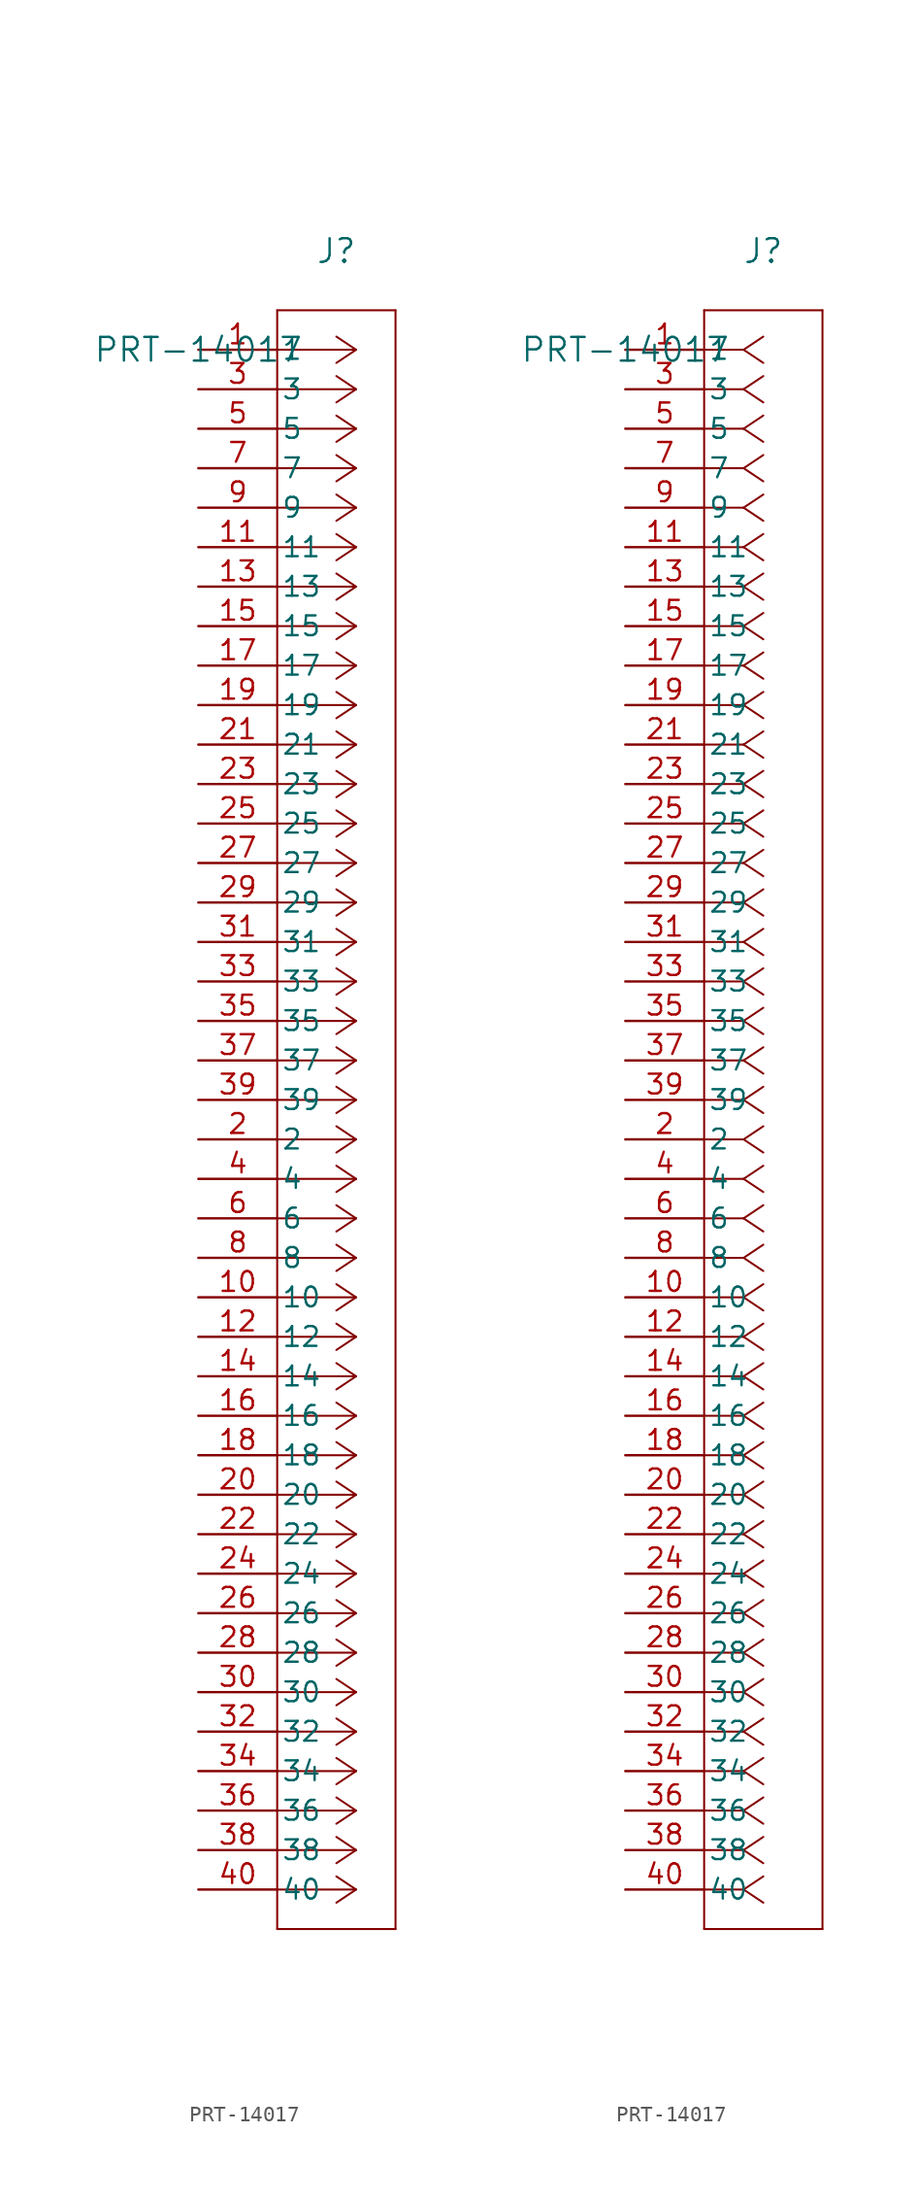
<source format=kicad_sym>
(kicad_symbol_lib
  (version 20211014)
  (generator kicad_symbol_editor)
  (symbol "PRT-14017"
    (pin_names
      (offset 0.254))
    (property "Reference" "J"
      (at 8.89 6.35 0)
      (effects (font (size 1.524 1.524))))
    (property "Value" "PRT-14017"
      (at 0 0 0)
      (effects (font (size 1.524 1.524))))
    (symbol "PRT-14017_1_1"
      (polyline (pts (xy 10.16 0) (xy 5.08 0)) (stroke (width 0.127) (type default) (color 0 0 0 0)) (fill (type none)))
      (polyline (pts (xy 10.16 -2.54) (xy 5.08 -2.54)) (stroke (width 0.127) (type default) (color 0 0 0 0)) (fill (type none)))
      (polyline (pts (xy 10.16 -5.08) (xy 5.08 -5.08)) (stroke (width 0.127) (type default) (color 0 0 0 0)) (fill (type none)))
      (polyline (pts (xy 10.16 -7.62) (xy 5.08 -7.62)) (stroke (width 0.127) (type default) (color 0 0 0 0)) (fill (type none)))
      (polyline (pts (xy 10.16 -10.16) (xy 5.08 -10.16)) (stroke (width 0.127) (type default) (color 0 0 0 0)) (fill (type none)))
      (polyline (pts (xy 10.16 -12.7) (xy 5.08 -12.7)) (stroke (width 0.127) (type default) (color 0 0 0 0)) (fill (type none)))
      (polyline (pts (xy 10.16 -15.24) (xy 5.08 -15.24)) (stroke (width 0.127) (type default) (color 0 0 0 0)) (fill (type none)))
      (polyline (pts (xy 10.16 -17.78) (xy 5.08 -17.78)) (stroke (width 0.127) (type default) (color 0 0 0 0)) (fill (type none)))
      (polyline (pts (xy 10.16 -20.32) (xy 5.08 -20.32)) (stroke (width 0.127) (type default) (color 0 0 0 0)) (fill (type none)))
      (polyline (pts (xy 10.16 -22.86) (xy 5.08 -22.86)) (stroke (width 0.127) (type default) (color 0 0 0 0)) (fill (type none)))
      (polyline (pts (xy 10.16 -25.4) (xy 5.08 -25.4)) (stroke (width 0.127) (type default) (color 0 0 0 0)) (fill (type none)))
      (polyline (pts (xy 10.16 -27.94) (xy 5.08 -27.94)) (stroke (width 0.127) (type default) (color 0 0 0 0)) (fill (type none)))
      (polyline (pts (xy 10.16 -30.48) (xy 5.08 -30.48)) (stroke (width 0.127) (type default) (color 0 0 0 0)) (fill (type none)))
      (polyline (pts (xy 10.16 -33.02) (xy 5.08 -33.02)) (stroke (width 0.127) (type default) (color 0 0 0 0)) (fill (type none)))
      (polyline (pts (xy 10.16 -35.56) (xy 5.08 -35.56)) (stroke (width 0.127) (type default) (color 0 0 0 0)) (fill (type none)))
      (polyline (pts (xy 10.16 -38.1) (xy 5.08 -38.1)) (stroke (width 0.127) (type default) (color 0 0 0 0)) (fill (type none)))
      (polyline (pts (xy 10.16 -40.64) (xy 5.08 -40.64)) (stroke (width 0.127) (type default) (color 0 0 0 0)) (fill (type none)))
      (polyline (pts (xy 10.16 -43.18) (xy 5.08 -43.18)) (stroke (width 0.127) (type default) (color 0 0 0 0)) (fill (type none)))
      (polyline (pts (xy 10.16 -45.72) (xy 5.08 -45.72)) (stroke (width 0.127) (type default) (color 0 0 0 0)) (fill (type none)))
      (polyline (pts (xy 10.16 -48.26) (xy 5.08 -48.26)) (stroke (width 0.127) (type default) (color 0 0 0 0)) (fill (type none)))
      (polyline (pts (xy 10.16 -50.8) (xy 5.08 -50.8)) (stroke (width 0.127) (type default) (color 0 0 0 0)) (fill (type none)))
      (polyline (pts (xy 10.16 -53.34) (xy 5.08 -53.34)) (stroke (width 0.127) (type default) (color 0 0 0 0)) (fill (type none)))
      (polyline (pts (xy 10.16 -55.88) (xy 5.08 -55.88)) (stroke (width 0.127) (type default) (color 0 0 0 0)) (fill (type none)))
      (polyline (pts (xy 10.16 -58.42) (xy 5.08 -58.42)) (stroke (width 0.127) (type default) (color 0 0 0 0)) (fill (type none)))
      (polyline (pts (xy 10.16 -60.96) (xy 5.08 -60.96)) (stroke (width 0.127) (type default) (color 0 0 0 0)) (fill (type none)))
      (polyline (pts (xy 10.16 -63.5) (xy 5.08 -63.5)) (stroke (width 0.127) (type default) (color 0 0 0 0)) (fill (type none)))
      (polyline (pts (xy 10.16 -66.04) (xy 5.08 -66.04)) (stroke (width 0.127) (type default) (color 0 0 0 0)) (fill (type none)))
      (polyline (pts (xy 10.16 -68.58) (xy 5.08 -68.58)) (stroke (width 0.127) (type default) (color 0 0 0 0)) (fill (type none)))
      (polyline (pts (xy 10.16 -71.12) (xy 5.08 -71.12)) (stroke (width 0.127) (type default) (color 0 0 0 0)) (fill (type none)))
      (polyline (pts (xy 10.16 -73.66) (xy 5.08 -73.66)) (stroke (width 0.127) (type default) (color 0 0 0 0)) (fill (type none)))
      (polyline (pts (xy 10.16 -76.2) (xy 5.08 -76.2)) (stroke (width 0.127) (type default) (color 0 0 0 0)) (fill (type none)))
      (polyline (pts (xy 10.16 -78.74) (xy 5.08 -78.74)) (stroke (width 0.127) (type default) (color 0 0 0 0)) (fill (type none)))
      (polyline (pts (xy 10.16 -81.28) (xy 5.08 -81.28)) (stroke (width 0.127) (type default) (color 0 0 0 0)) (fill (type none)))
      (polyline (pts (xy 10.16 -83.82) (xy 5.08 -83.82)) (stroke (width 0.127) (type default) (color 0 0 0 0)) (fill (type none)))
      (polyline (pts (xy 10.16 -86.36) (xy 5.08 -86.36)) (stroke (width 0.127) (type default) (color 0 0 0 0)) (fill (type none)))
      (polyline (pts (xy 10.16 -88.9) (xy 5.08 -88.9)) (stroke (width 0.127) (type default) (color 0 0 0 0)) (fill (type none)))
      (polyline (pts (xy 10.16 -91.44) (xy 5.08 -91.44)) (stroke (width 0.127) (type default) (color 0 0 0 0)) (fill (type none)))
      (polyline (pts (xy 10.16 -93.98) (xy 5.08 -93.98)) (stroke (width 0.127) (type default) (color 0 0 0 0)) (fill (type none)))
      (polyline (pts (xy 10.16 -96.52) (xy 5.08 -96.52)) (stroke (width 0.127) (type default) (color 0 0 0 0)) (fill (type none)))
      (polyline (pts (xy 10.16 -99.06) (xy 5.08 -99.06)) (stroke (width 0.127) (type default) (color 0 0 0 0)) (fill (type none)))
      (polyline (pts (xy 10.16 0) (xy 8.89 0.847)) (stroke (width 0.127) (type default) (color 0 0 0 0)) (fill (type none)))
      (polyline (pts (xy 10.16 -2.54) (xy 8.89 -1.693)) (stroke (width 0.127) (type default) (color 0 0 0 0)) (fill (type none)))
      (polyline (pts (xy 10.16 -5.08) (xy 8.89 -4.233)) (stroke (width 0.127) (type default) (color 0 0 0 0)) (fill (type none)))
      (polyline (pts (xy 10.16 -7.62) (xy 8.89 -6.773)) (stroke (width 0.127) (type default) (color 0 0 0 0)) (fill (type none)))
      (polyline (pts (xy 10.16 -10.16) (xy 8.89 -9.313)) (stroke (width 0.127) (type default) (color 0 0 0 0)) (fill (type none)))
      (polyline (pts (xy 10.16 -12.7) (xy 8.89 -11.853)) (stroke (width 0.127) (type default) (color 0 0 0 0)) (fill (type none)))
      (polyline (pts (xy 10.16 -15.24) (xy 8.89 -14.393)) (stroke (width 0.127) (type default) (color 0 0 0 0)) (fill (type none)))
      (polyline (pts (xy 10.16 -17.78) (xy 8.89 -16.933)) (stroke (width 0.127) (type default) (color 0 0 0 0)) (fill (type none)))
      (polyline (pts (xy 10.16 -20.32) (xy 8.89 -19.473)) (stroke (width 0.127) (type default) (color 0 0 0 0)) (fill (type none)))
      (polyline (pts (xy 10.16 -22.86) (xy 8.89 -22.013)) (stroke (width 0.127) (type default) (color 0 0 0 0)) (fill (type none)))
      (polyline (pts (xy 10.16 -25.4) (xy 8.89 -24.553)) (stroke (width 0.127) (type default) (color 0 0 0 0)) (fill (type none)))
      (polyline (pts (xy 10.16 -27.94) (xy 8.89 -27.093)) (stroke (width 0.127) (type default) (color 0 0 0 0)) (fill (type none)))
      (polyline (pts (xy 10.16 -30.48) (xy 8.89 -29.633)) (stroke (width 0.127) (type default) (color 0 0 0 0)) (fill (type none)))
      (polyline (pts (xy 10.16 -33.02) (xy 8.89 -32.173)) (stroke (width 0.127) (type default) (color 0 0 0 0)) (fill (type none)))
      (polyline (pts (xy 10.16 -35.56) (xy 8.89 -34.713)) (stroke (width 0.127) (type default) (color 0 0 0 0)) (fill (type none)))
      (polyline (pts (xy 10.16 -38.1) (xy 8.89 -37.253)) (stroke (width 0.127) (type default) (color 0 0 0 0)) (fill (type none)))
      (polyline (pts (xy 10.16 -40.64) (xy 8.89 -39.793)) (stroke (width 0.127) (type default) (color 0 0 0 0)) (fill (type none)))
      (polyline (pts (xy 10.16 -43.18) (xy 8.89 -42.333)) (stroke (width 0.127) (type default) (color 0 0 0 0)) (fill (type none)))
      (polyline (pts (xy 10.16 -45.72) (xy 8.89 -44.873)) (stroke (width 0.127) (type default) (color 0 0 0 0)) (fill (type none)))
      (polyline (pts (xy 10.16 -48.26) (xy 8.89 -47.413)) (stroke (width 0.127) (type default) (color 0 0 0 0)) (fill (type none)))
      (polyline (pts (xy 10.16 -50.8) (xy 8.89 -49.953)) (stroke (width 0.127) (type default) (color 0 0 0 0)) (fill (type none)))
      (polyline (pts (xy 10.16 -53.34) (xy 8.89 -52.493)) (stroke (width 0.127) (type default) (color 0 0 0 0)) (fill (type none)))
      (polyline (pts (xy 10.16 -55.88) (xy 8.89 -55.033)) (stroke (width 0.127) (type default) (color 0 0 0 0)) (fill (type none)))
      (polyline (pts (xy 10.16 -58.42) (xy 8.89 -57.573)) (stroke (width 0.127) (type default) (color 0 0 0 0)) (fill (type none)))
      (polyline (pts (xy 10.16 -60.96) (xy 8.89 -60.113)) (stroke (width 0.127) (type default) (color 0 0 0 0)) (fill (type none)))
      (polyline (pts (xy 10.16 -63.5) (xy 8.89 -62.653)) (stroke (width 0.127) (type default) (color 0 0 0 0)) (fill (type none)))
      (polyline (pts (xy 10.16 -66.04) (xy 8.89 -65.193)) (stroke (width 0.127) (type default) (color 0 0 0 0)) (fill (type none)))
      (polyline (pts (xy 10.16 -68.58) (xy 8.89 -67.733)) (stroke (width 0.127) (type default) (color 0 0 0 0)) (fill (type none)))
      (polyline (pts (xy 10.16 -71.12) (xy 8.89 -70.273)) (stroke (width 0.127) (type default) (color 0 0 0 0)) (fill (type none)))
      (polyline (pts (xy 10.16 -73.66) (xy 8.89 -72.813)) (stroke (width 0.127) (type default) (color 0 0 0 0)) (fill (type none)))
      (polyline (pts (xy 10.16 -76.2) (xy 8.89 -75.353)) (stroke (width 0.127) (type default) (color 0 0 0 0)) (fill (type none)))
      (polyline (pts (xy 10.16 -78.74) (xy 8.89 -77.893)) (stroke (width 0.127) (type default) (color 0 0 0 0)) (fill (type none)))
      (polyline (pts (xy 10.16 -81.28) (xy 8.89 -80.433)) (stroke (width 0.127) (type default) (color 0 0 0 0)) (fill (type none)))
      (polyline (pts (xy 10.16 -83.82) (xy 8.89 -82.973)) (stroke (width 0.127) (type default) (color 0 0 0 0)) (fill (type none)))
      (polyline (pts (xy 10.16 -86.36) (xy 8.89 -85.513)) (stroke (width 0.127) (type default) (color 0 0 0 0)) (fill (type none)))
      (polyline (pts (xy 10.16 -88.9) (xy 8.89 -88.053)) (stroke (width 0.127) (type default) (color 0 0 0 0)) (fill (type none)))
      (polyline (pts (xy 10.16 -91.44) (xy 8.89 -90.593)) (stroke (width 0.127) (type default) (color 0 0 0 0)) (fill (type none)))
      (polyline (pts (xy 10.16 -93.98) (xy 8.89 -93.133)) (stroke (width 0.127) (type default) (color 0 0 0 0)) (fill (type none)))
      (polyline (pts (xy 10.16 -96.52) (xy 8.89 -95.673)) (stroke (width 0.127) (type default) (color 0 0 0 0)) (fill (type none)))
      (polyline (pts (xy 10.16 -99.06) (xy 8.89 -98.213)) (stroke (width 0.127) (type default) (color 0 0 0 0)) (fill (type none)))
      (polyline (pts (xy 10.16 0) (xy 8.89 -0.847)) (stroke (width 0.127) (type default) (color 0 0 0 0)) (fill (type none)))
      (polyline (pts (xy 10.16 -2.54) (xy 8.89 -3.387)) (stroke (width 0.127) (type default) (color 0 0 0 0)) (fill (type none)))
      (polyline (pts (xy 10.16 -5.08) (xy 8.89 -5.927)) (stroke (width 0.127) (type default) (color 0 0 0 0)) (fill (type none)))
      (polyline (pts (xy 10.16 -7.62) (xy 8.89 -8.467)) (stroke (width 0.127) (type default) (color 0 0 0 0)) (fill (type none)))
      (polyline (pts (xy 10.16 -10.16) (xy 8.89 -11.007)) (stroke (width 0.127) (type default) (color 0 0 0 0)) (fill (type none)))
      (polyline (pts (xy 10.16 -12.7) (xy 8.89 -13.547)) (stroke (width 0.127) (type default) (color 0 0 0 0)) (fill (type none)))
      (polyline (pts (xy 10.16 -15.24) (xy 8.89 -16.087)) (stroke (width 0.127) (type default) (color 0 0 0 0)) (fill (type none)))
      (polyline (pts (xy 10.16 -17.78) (xy 8.89 -18.627)) (stroke (width 0.127) (type default) (color 0 0 0 0)) (fill (type none)))
      (polyline (pts (xy 10.16 -20.32) (xy 8.89 -21.167)) (stroke (width 0.127) (type default) (color 0 0 0 0)) (fill (type none)))
      (polyline (pts (xy 10.16 -22.86) (xy 8.89 -23.707)) (stroke (width 0.127) (type default) (color 0 0 0 0)) (fill (type none)))
      (polyline (pts (xy 10.16 -25.4) (xy 8.89 -26.247)) (stroke (width 0.127) (type default) (color 0 0 0 0)) (fill (type none)))
      (polyline (pts (xy 10.16 -27.94) (xy 8.89 -28.787)) (stroke (width 0.127) (type default) (color 0 0 0 0)) (fill (type none)))
      (polyline (pts (xy 10.16 -30.48) (xy 8.89 -31.327)) (stroke (width 0.127) (type default) (color 0 0 0 0)) (fill (type none)))
      (polyline (pts (xy 10.16 -33.02) (xy 8.89 -33.867)) (stroke (width 0.127) (type default) (color 0 0 0 0)) (fill (type none)))
      (polyline (pts (xy 10.16 -35.56) (xy 8.89 -36.407)) (stroke (width 0.127) (type default) (color 0 0 0 0)) (fill (type none)))
      (polyline (pts (xy 10.16 -38.1) (xy 8.89 -38.947)) (stroke (width 0.127) (type default) (color 0 0 0 0)) (fill (type none)))
      (polyline (pts (xy 10.16 -40.64) (xy 8.89 -41.487)) (stroke (width 0.127) (type default) (color 0 0 0 0)) (fill (type none)))
      (polyline (pts (xy 10.16 -43.18) (xy 8.89 -44.027)) (stroke (width 0.127) (type default) (color 0 0 0 0)) (fill (type none)))
      (polyline (pts (xy 10.16 -45.72) (xy 8.89 -46.567)) (stroke (width 0.127) (type default) (color 0 0 0 0)) (fill (type none)))
      (polyline (pts (xy 10.16 -48.26) (xy 8.89 -49.107)) (stroke (width 0.127) (type default) (color 0 0 0 0)) (fill (type none)))
      (polyline (pts (xy 10.16 -50.8) (xy 8.89 -51.647)) (stroke (width 0.127) (type default) (color 0 0 0 0)) (fill (type none)))
      (polyline (pts (xy 10.16 -53.34) (xy 8.89 -54.187)) (stroke (width 0.127) (type default) (color 0 0 0 0)) (fill (type none)))
      (polyline (pts (xy 10.16 -55.88) (xy 8.89 -56.727)) (stroke (width 0.127) (type default) (color 0 0 0 0)) (fill (type none)))
      (polyline (pts (xy 10.16 -58.42) (xy 8.89 -59.267)) (stroke (width 0.127) (type default) (color 0 0 0 0)) (fill (type none)))
      (polyline (pts (xy 10.16 -60.96) (xy 8.89 -61.807)) (stroke (width 0.127) (type default) (color 0 0 0 0)) (fill (type none)))
      (polyline (pts (xy 10.16 -63.5) (xy 8.89 -64.347)) (stroke (width 0.127) (type default) (color 0 0 0 0)) (fill (type none)))
      (polyline (pts (xy 10.16 -66.04) (xy 8.89 -66.887)) (stroke (width 0.127) (type default) (color 0 0 0 0)) (fill (type none)))
      (polyline (pts (xy 10.16 -68.58) (xy 8.89 -69.427)) (stroke (width 0.127) (type default) (color 0 0 0 0)) (fill (type none)))
      (polyline (pts (xy 10.16 -71.12) (xy 8.89 -71.967)) (stroke (width 0.127) (type default) (color 0 0 0 0)) (fill (type none)))
      (polyline (pts (xy 10.16 -73.66) (xy 8.89 -74.507)) (stroke (width 0.127) (type default) (color 0 0 0 0)) (fill (type none)))
      (polyline (pts (xy 10.16 -76.2) (xy 8.89 -77.047)) (stroke (width 0.127) (type default) (color 0 0 0 0)) (fill (type none)))
      (polyline (pts (xy 10.16 -78.74) (xy 8.89 -79.587)) (stroke (width 0.127) (type default) (color 0 0 0 0)) (fill (type none)))
      (polyline (pts (xy 10.16 -81.28) (xy 8.89 -82.127)) (stroke (width 0.127) (type default) (color 0 0 0 0)) (fill (type none)))
      (polyline (pts (xy 10.16 -83.82) (xy 8.89 -84.667)) (stroke (width 0.127) (type default) (color 0 0 0 0)) (fill (type none)))
      (polyline (pts (xy 10.16 -86.36) (xy 8.89 -87.207)) (stroke (width 0.127) (type default) (color 0 0 0 0)) (fill (type none)))
      (polyline (pts (xy 10.16 -88.9) (xy 8.89 -89.747)) (stroke (width 0.127) (type default) (color 0 0 0 0)) (fill (type none)))
      (polyline (pts (xy 10.16 -91.44) (xy 8.89 -92.287)) (stroke (width 0.127) (type default) (color 0 0 0 0)) (fill (type none)))
      (polyline (pts (xy 10.16 -93.98) (xy 8.89 -94.827)) (stroke (width 0.127) (type default) (color 0 0 0 0)) (fill (type none)))
      (polyline (pts (xy 10.16 -96.52) (xy 8.89 -97.367)) (stroke (width 0.127) (type default) (color 0 0 0 0)) (fill (type none)))
      (polyline (pts (xy 10.16 -99.06) (xy 8.89 -99.907)) (stroke (width 0.127) (type default) (color 0 0 0 0)) (fill (type none)))
      (polyline (pts (xy 5.08 2.54) (xy 5.08 -101.6)) (stroke (width 0.127) (type default) (color 0 0 0 0)) (fill (type none)))
      (polyline (pts (xy 5.08 -101.6) (xy 12.7 -101.6)) (stroke (width 0.127) (type default) (color 0 0 0 0)) (fill (type none)))
      (polyline (pts (xy 12.7 -101.6) (xy 12.7 2.54)) (stroke (width 0.127) (type default) (color 0 0 0 0)) (fill (type none)))
      (polyline (pts (xy 12.7 2.54) (xy 5.08 2.54)) (stroke (width 0.127) (type default) (color 0 0 0 0)) (fill (type none)))
      (pin unspecified line (at 0 0 0) (length 5.08) (name "1" (effects (font (size 1.27 1.27)))) (number "1" (effects (font (size 1.27 1.27)))))
      (pin unspecified line (at 0 -2.54 0) (length 5.08) (name "3" (effects (font (size 1.27 1.27)))) (number "3" (effects (font (size 1.27 1.27)))))
      (pin unspecified line (at 0 -5.08 0) (length 5.08) (name "5" (effects (font (size 1.27 1.27)))) (number "5" (effects (font (size 1.27 1.27)))))
      (pin unspecified line (at 0 -7.62 0) (length 5.08) (name "7" (effects (font (size 1.27 1.27)))) (number "7" (effects (font (size 1.27 1.27)))))
      (pin unspecified line (at 0 -10.16 0) (length 5.08) (name "9" (effects (font (size 1.27 1.27)))) (number "9" (effects (font (size 1.27 1.27)))))
      (pin unspecified line (at 0 -12.7 0) (length 5.08) (name "11" (effects (font (size 1.27 1.27)))) (number "11" (effects (font (size 1.27 1.27)))))
      (pin unspecified line (at 0 -15.24 0) (length 5.08) (name "13" (effects (font (size 1.27 1.27)))) (number "13" (effects (font (size 1.27 1.27)))))
      (pin unspecified line (at 0 -17.78 0) (length 5.08) (name "15" (effects (font (size 1.27 1.27)))) (number "15" (effects (font (size 1.27 1.27)))))
      (pin unspecified line (at 0 -20.32 0) (length 5.08) (name "17" (effects (font (size 1.27 1.27)))) (number "17" (effects (font (size 1.27 1.27)))))
      (pin unspecified line (at 0 -22.86 0) (length 5.08) (name "19" (effects (font (size 1.27 1.27)))) (number "19" (effects (font (size 1.27 1.27)))))
      (pin unspecified line (at 0 -25.4 0) (length 5.08) (name "21" (effects (font (size 1.27 1.27)))) (number "21" (effects (font (size 1.27 1.27)))))
      (pin unspecified line (at 0 -27.94 0) (length 5.08) (name "23" (effects (font (size 1.27 1.27)))) (number "23" (effects (font (size 1.27 1.27)))))
      (pin unspecified line (at 0 -30.48 0) (length 5.08) (name "25" (effects (font (size 1.27 1.27)))) (number "25" (effects (font (size 1.27 1.27)))))
      (pin unspecified line (at 0 -33.02 0) (length 5.08) (name "27" (effects (font (size 1.27 1.27)))) (number "27" (effects (font (size 1.27 1.27)))))
      (pin unspecified line (at 0 -35.56 0) (length 5.08) (name "29" (effects (font (size 1.27 1.27)))) (number "29" (effects (font (size 1.27 1.27)))))
      (pin unspecified line (at 0 -38.1 0) (length 5.08) (name "31" (effects (font (size 1.27 1.27)))) (number "31" (effects (font (size 1.27 1.27)))))
      (pin unspecified line (at 0 -40.64 0) (length 5.08) (name "33" (effects (font (size 1.27 1.27)))) (number "33" (effects (font (size 1.27 1.27)))))
      (pin unspecified line (at 0 -43.18 0) (length 5.08) (name "35" (effects (font (size 1.27 1.27)))) (number "35" (effects (font (size 1.27 1.27)))))
      (pin unspecified line (at 0 -45.72 0) (length 5.08) (name "37" (effects (font (size 1.27 1.27)))) (number "37" (effects (font (size 1.27 1.27)))))
      (pin unspecified line (at 0 -48.26 0) (length 5.08) (name "39" (effects (font (size 1.27 1.27)))) (number "39" (effects (font (size 1.27 1.27)))))
      (pin unspecified line (at 0 -50.8 0) (length 5.08) (name "2" (effects (font (size 1.27 1.27)))) (number "2" (effects (font (size 1.27 1.27)))))
      (pin unspecified line (at 0 -53.34 0) (length 5.08) (name "4" (effects (font (size 1.27 1.27)))) (number "4" (effects (font (size 1.27 1.27)))))
      (pin unspecified line (at 0 -55.88 0) (length 5.08) (name "6" (effects (font (size 1.27 1.27)))) (number "6" (effects (font (size 1.27 1.27)))))
      (pin unspecified line (at 0 -58.42 0) (length 5.08) (name "8" (effects (font (size 1.27 1.27)))) (number "8" (effects (font (size 1.27 1.27)))))
      (pin unspecified line (at 0 -60.96 0) (length 5.08) (name "10" (effects (font (size 1.27 1.27)))) (number "10" (effects (font (size 1.27 1.27)))))
      (pin unspecified line (at 0 -63.5 0) (length 5.08) (name "12" (effects (font (size 1.27 1.27)))) (number "12" (effects (font (size 1.27 1.27)))))
      (pin unspecified line (at 0 -66.04 0) (length 5.08) (name "14" (effects (font (size 1.27 1.27)))) (number "14" (effects (font (size 1.27 1.27)))))
      (pin unspecified line (at 0 -68.58 0) (length 5.08) (name "16" (effects (font (size 1.27 1.27)))) (number "16" (effects (font (size 1.27 1.27)))))
      (pin unspecified line (at 0 -71.12 0) (length 5.08) (name "18" (effects (font (size 1.27 1.27)))) (number "18" (effects (font (size 1.27 1.27)))))
      (pin unspecified line (at 0 -73.66 0) (length 5.08) (name "20" (effects (font (size 1.27 1.27)))) (number "20" (effects (font (size 1.27 1.27)))))
      (pin unspecified line (at 0 -76.2 0) (length 5.08) (name "22" (effects (font (size 1.27 1.27)))) (number "22" (effects (font (size 1.27 1.27)))))
      (pin unspecified line (at 0 -78.74 0) (length 5.08) (name "24" (effects (font (size 1.27 1.27)))) (number "24" (effects (font (size 1.27 1.27)))))
      (pin unspecified line (at 0 -81.28 0) (length 5.08) (name "26" (effects (font (size 1.27 1.27)))) (number "26" (effects (font (size 1.27 1.27)))))
      (pin unspecified line (at 0 -83.82 0) (length 5.08) (name "28" (effects (font (size 1.27 1.27)))) (number "28" (effects (font (size 1.27 1.27)))))
      (pin unspecified line (at 0 -86.36 0) (length 5.08) (name "30" (effects (font (size 1.27 1.27)))) (number "30" (effects (font (size 1.27 1.27)))))
      (pin unspecified line (at 0 -88.9 0) (length 5.08) (name "32" (effects (font (size 1.27 1.27)))) (number "32" (effects (font (size 1.27 1.27)))))
      (pin unspecified line (at 0 -91.44 0) (length 5.08) (name "34" (effects (font (size 1.27 1.27)))) (number "34" (effects (font (size 1.27 1.27)))))
      (pin unspecified line (at 0 -93.98 0) (length 5.08) (name "36" (effects (font (size 1.27 1.27)))) (number "36" (effects (font (size 1.27 1.27)))))
      (pin unspecified line (at 0 -96.52 0) (length 5.08) (name "38" (effects (font (size 1.27 1.27)))) (number "38" (effects (font (size 1.27 1.27)))))
      (pin unspecified line (at 0 -99.06 0) (length 5.08) (name "40" (effects (font (size 1.27 1.27)))) (number "40" (effects (font (size 1.27 1.27))))))
    (symbol "PRT-14017_1_2"
      (polyline (pts (xy 7.62 0) (xy 5.08 0)) (stroke (width 0.127) (type default) (color 0 0 0 0)) (fill (type none)))
      (polyline (pts (xy 7.62 -2.54) (xy 5.08 -2.54)) (stroke (width 0.127) (type default) (color 0 0 0 0)) (fill (type none)))
      (polyline (pts (xy 7.62 -5.08) (xy 5.08 -5.08)) (stroke (width 0.127) (type default) (color 0 0 0 0)) (fill (type none)))
      (polyline (pts (xy 7.62 -7.62) (xy 5.08 -7.62)) (stroke (width 0.127) (type default) (color 0 0 0 0)) (fill (type none)))
      (polyline (pts (xy 7.62 -10.16) (xy 5.08 -10.16)) (stroke (width 0.127) (type default) (color 0 0 0 0)) (fill (type none)))
      (polyline (pts (xy 7.62 -12.7) (xy 5.08 -12.7)) (stroke (width 0.127) (type default) (color 0 0 0 0)) (fill (type none)))
      (polyline (pts (xy 7.62 -15.24) (xy 5.08 -15.24)) (stroke (width 0.127) (type default) (color 0 0 0 0)) (fill (type none)))
      (polyline (pts (xy 7.62 -17.78) (xy 5.08 -17.78)) (stroke (width 0.127) (type default) (color 0 0 0 0)) (fill (type none)))
      (polyline (pts (xy 7.62 -20.32) (xy 5.08 -20.32)) (stroke (width 0.127) (type default) (color 0 0 0 0)) (fill (type none)))
      (polyline (pts (xy 7.62 -22.86) (xy 5.08 -22.86)) (stroke (width 0.127) (type default) (color 0 0 0 0)) (fill (type none)))
      (polyline (pts (xy 7.62 -25.4) (xy 5.08 -25.4)) (stroke (width 0.127) (type default) (color 0 0 0 0)) (fill (type none)))
      (polyline (pts (xy 7.62 -27.94) (xy 5.08 -27.94)) (stroke (width 0.127) (type default) (color 0 0 0 0)) (fill (type none)))
      (polyline (pts (xy 7.62 -30.48) (xy 5.08 -30.48)) (stroke (width 0.127) (type default) (color 0 0 0 0)) (fill (type none)))
      (polyline (pts (xy 7.62 -33.02) (xy 5.08 -33.02)) (stroke (width 0.127) (type default) (color 0 0 0 0)) (fill (type none)))
      (polyline (pts (xy 7.62 -35.56) (xy 5.08 -35.56)) (stroke (width 0.127) (type default) (color 0 0 0 0)) (fill (type none)))
      (polyline (pts (xy 7.62 -38.1) (xy 5.08 -38.1)) (stroke (width 0.127) (type default) (color 0 0 0 0)) (fill (type none)))
      (polyline (pts (xy 7.62 -40.64) (xy 5.08 -40.64)) (stroke (width 0.127) (type default) (color 0 0 0 0)) (fill (type none)))
      (polyline (pts (xy 7.62 -43.18) (xy 5.08 -43.18)) (stroke (width 0.127) (type default) (color 0 0 0 0)) (fill (type none)))
      (polyline (pts (xy 7.62 -45.72) (xy 5.08 -45.72)) (stroke (width 0.127) (type default) (color 0 0 0 0)) (fill (type none)))
      (polyline (pts (xy 7.62 -48.26) (xy 5.08 -48.26)) (stroke (width 0.127) (type default) (color 0 0 0 0)) (fill (type none)))
      (polyline (pts (xy 7.62 -50.8) (xy 5.08 -50.8)) (stroke (width 0.127) (type default) (color 0 0 0 0)) (fill (type none)))
      (polyline (pts (xy 7.62 -53.34) (xy 5.08 -53.34)) (stroke (width 0.127) (type default) (color 0 0 0 0)) (fill (type none)))
      (polyline (pts (xy 7.62 -55.88) (xy 5.08 -55.88)) (stroke (width 0.127) (type default) (color 0 0 0 0)) (fill (type none)))
      (polyline (pts (xy 7.62 -58.42) (xy 5.08 -58.42)) (stroke (width 0.127) (type default) (color 0 0 0 0)) (fill (type none)))
      (polyline (pts (xy 7.62 -60.96) (xy 5.08 -60.96)) (stroke (width 0.127) (type default) (color 0 0 0 0)) (fill (type none)))
      (polyline (pts (xy 7.62 -63.5) (xy 5.08 -63.5)) (stroke (width 0.127) (type default) (color 0 0 0 0)) (fill (type none)))
      (polyline (pts (xy 7.62 -66.04) (xy 5.08 -66.04)) (stroke (width 0.127) (type default) (color 0 0 0 0)) (fill (type none)))
      (polyline (pts (xy 7.62 -68.58) (xy 5.08 -68.58)) (stroke (width 0.127) (type default) (color 0 0 0 0)) (fill (type none)))
      (polyline (pts (xy 7.62 -71.12) (xy 5.08 -71.12)) (stroke (width 0.127) (type default) (color 0 0 0 0)) (fill (type none)))
      (polyline (pts (xy 7.62 -73.66) (xy 5.08 -73.66)) (stroke (width 0.127) (type default) (color 0 0 0 0)) (fill (type none)))
      (polyline (pts (xy 7.62 -76.2) (xy 5.08 -76.2)) (stroke (width 0.127) (type default) (color 0 0 0 0)) (fill (type none)))
      (polyline (pts (xy 7.62 -78.74) (xy 5.08 -78.74)) (stroke (width 0.127) (type default) (color 0 0 0 0)) (fill (type none)))
      (polyline (pts (xy 7.62 -81.28) (xy 5.08 -81.28)) (stroke (width 0.127) (type default) (color 0 0 0 0)) (fill (type none)))
      (polyline (pts (xy 7.62 -83.82) (xy 5.08 -83.82)) (stroke (width 0.127) (type default) (color 0 0 0 0)) (fill (type none)))
      (polyline (pts (xy 7.62 -86.36) (xy 5.08 -86.36)) (stroke (width 0.127) (type default) (color 0 0 0 0)) (fill (type none)))
      (polyline (pts (xy 7.62 -88.9) (xy 5.08 -88.9)) (stroke (width 0.127) (type default) (color 0 0 0 0)) (fill (type none)))
      (polyline (pts (xy 7.62 -91.44) (xy 5.08 -91.44)) (stroke (width 0.127) (type default) (color 0 0 0 0)) (fill (type none)))
      (polyline (pts (xy 7.62 -93.98) (xy 5.08 -93.98)) (stroke (width 0.127) (type default) (color 0 0 0 0)) (fill (type none)))
      (polyline (pts (xy 7.62 -96.52) (xy 5.08 -96.52)) (stroke (width 0.127) (type default) (color 0 0 0 0)) (fill (type none)))
      (polyline (pts (xy 7.62 -99.06) (xy 5.08 -99.06)) (stroke (width 0.127) (type default) (color 0 0 0 0)) (fill (type none)))
      (polyline (pts (xy 7.62 0) (xy 8.89 0.847)) (stroke (width 0.127) (type default) (color 0 0 0 0)) (fill (type none)))
      (polyline (pts (xy 7.62 -2.54) (xy 8.89 -1.693)) (stroke (width 0.127) (type default) (color 0 0 0 0)) (fill (type none)))
      (polyline (pts (xy 7.62 -5.08) (xy 8.89 -4.233)) (stroke (width 0.127) (type default) (color 0 0 0 0)) (fill (type none)))
      (polyline (pts (xy 7.62 -7.62) (xy 8.89 -6.773)) (stroke (width 0.127) (type default) (color 0 0 0 0)) (fill (type none)))
      (polyline (pts (xy 7.62 -10.16) (xy 8.89 -9.313)) (stroke (width 0.127) (type default) (color 0 0 0 0)) (fill (type none)))
      (polyline (pts (xy 7.62 -12.7) (xy 8.89 -11.853)) (stroke (width 0.127) (type default) (color 0 0 0 0)) (fill (type none)))
      (polyline (pts (xy 7.62 -15.24) (xy 8.89 -14.393)) (stroke (width 0.127) (type default) (color 0 0 0 0)) (fill (type none)))
      (polyline (pts (xy 7.62 -17.78) (xy 8.89 -16.933)) (stroke (width 0.127) (type default) (color 0 0 0 0)) (fill (type none)))
      (polyline (pts (xy 7.62 -20.32) (xy 8.89 -19.473)) (stroke (width 0.127) (type default) (color 0 0 0 0)) (fill (type none)))
      (polyline (pts (xy 7.62 -22.86) (xy 8.89 -22.013)) (stroke (width 0.127) (type default) (color 0 0 0 0)) (fill (type none)))
      (polyline (pts (xy 7.62 -25.4) (xy 8.89 -24.553)) (stroke (width 0.127) (type default) (color 0 0 0 0)) (fill (type none)))
      (polyline (pts (xy 7.62 -27.94) (xy 8.89 -27.093)) (stroke (width 0.127) (type default) (color 0 0 0 0)) (fill (type none)))
      (polyline (pts (xy 7.62 -30.48) (xy 8.89 -29.633)) (stroke (width 0.127) (type default) (color 0 0 0 0)) (fill (type none)))
      (polyline (pts (xy 7.62 -33.02) (xy 8.89 -32.173)) (stroke (width 0.127) (type default) (color 0 0 0 0)) (fill (type none)))
      (polyline (pts (xy 7.62 -35.56) (xy 8.89 -34.713)) (stroke (width 0.127) (type default) (color 0 0 0 0)) (fill (type none)))
      (polyline (pts (xy 7.62 -38.1) (xy 8.89 -37.253)) (stroke (width 0.127) (type default) (color 0 0 0 0)) (fill (type none)))
      (polyline (pts (xy 7.62 -40.64) (xy 8.89 -39.793)) (stroke (width 0.127) (type default) (color 0 0 0 0)) (fill (type none)))
      (polyline (pts (xy 7.62 -43.18) (xy 8.89 -42.333)) (stroke (width 0.127) (type default) (color 0 0 0 0)) (fill (type none)))
      (polyline (pts (xy 7.62 -45.72) (xy 8.89 -44.873)) (stroke (width 0.127) (type default) (color 0 0 0 0)) (fill (type none)))
      (polyline (pts (xy 7.62 -48.26) (xy 8.89 -47.413)) (stroke (width 0.127) (type default) (color 0 0 0 0)) (fill (type none)))
      (polyline (pts (xy 7.62 -50.8) (xy 8.89 -49.953)) (stroke (width 0.127) (type default) (color 0 0 0 0)) (fill (type none)))
      (polyline (pts (xy 7.62 -53.34) (xy 8.89 -52.493)) (stroke (width 0.127) (type default) (color 0 0 0 0)) (fill (type none)))
      (polyline (pts (xy 7.62 -55.88) (xy 8.89 -55.033)) (stroke (width 0.127) (type default) (color 0 0 0 0)) (fill (type none)))
      (polyline (pts (xy 7.62 -58.42) (xy 8.89 -57.573)) (stroke (width 0.127) (type default) (color 0 0 0 0)) (fill (type none)))
      (polyline (pts (xy 7.62 -60.96) (xy 8.89 -60.113)) (stroke (width 0.127) (type default) (color 0 0 0 0)) (fill (type none)))
      (polyline (pts (xy 7.62 -63.5) (xy 8.89 -62.653)) (stroke (width 0.127) (type default) (color 0 0 0 0)) (fill (type none)))
      (polyline (pts (xy 7.62 -66.04) (xy 8.89 -65.193)) (stroke (width 0.127) (type default) (color 0 0 0 0)) (fill (type none)))
      (polyline (pts (xy 7.62 -68.58) (xy 8.89 -67.733)) (stroke (width 0.127) (type default) (color 0 0 0 0)) (fill (type none)))
      (polyline (pts (xy 7.62 -71.12) (xy 8.89 -70.273)) (stroke (width 0.127) (type default) (color 0 0 0 0)) (fill (type none)))
      (polyline (pts (xy 7.62 -73.66) (xy 8.89 -72.813)) (stroke (width 0.127) (type default) (color 0 0 0 0)) (fill (type none)))
      (polyline (pts (xy 7.62 -76.2) (xy 8.89 -75.353)) (stroke (width 0.127) (type default) (color 0 0 0 0)) (fill (type none)))
      (polyline (pts (xy 7.62 -78.74) (xy 8.89 -77.893)) (stroke (width 0.127) (type default) (color 0 0 0 0)) (fill (type none)))
      (polyline (pts (xy 7.62 -81.28) (xy 8.89 -80.433)) (stroke (width 0.127) (type default) (color 0 0 0 0)) (fill (type none)))
      (polyline (pts (xy 7.62 -83.82) (xy 8.89 -82.973)) (stroke (width 0.127) (type default) (color 0 0 0 0)) (fill (type none)))
      (polyline (pts (xy 7.62 -86.36) (xy 8.89 -85.513)) (stroke (width 0.127) (type default) (color 0 0 0 0)) (fill (type none)))
      (polyline (pts (xy 7.62 -88.9) (xy 8.89 -88.053)) (stroke (width 0.127) (type default) (color 0 0 0 0)) (fill (type none)))
      (polyline (pts (xy 7.62 -91.44) (xy 8.89 -90.593)) (stroke (width 0.127) (type default) (color 0 0 0 0)) (fill (type none)))
      (polyline (pts (xy 7.62 -93.98) (xy 8.89 -93.133)) (stroke (width 0.127) (type default) (color 0 0 0 0)) (fill (type none)))
      (polyline (pts (xy 7.62 -96.52) (xy 8.89 -95.673)) (stroke (width 0.127) (type default) (color 0 0 0 0)) (fill (type none)))
      (polyline (pts (xy 7.62 -99.06) (xy 8.89 -98.213)) (stroke (width 0.127) (type default) (color 0 0 0 0)) (fill (type none)))
      (polyline (pts (xy 7.62 0) (xy 8.89 -0.847)) (stroke (width 0.127) (type default) (color 0 0 0 0)) (fill (type none)))
      (polyline (pts (xy 7.62 -2.54) (xy 8.89 -3.387)) (stroke (width 0.127) (type default) (color 0 0 0 0)) (fill (type none)))
      (polyline (pts (xy 7.62 -5.08) (xy 8.89 -5.927)) (stroke (width 0.127) (type default) (color 0 0 0 0)) (fill (type none)))
      (polyline (pts (xy 7.62 -7.62) (xy 8.89 -8.467)) (stroke (width 0.127) (type default) (color 0 0 0 0)) (fill (type none)))
      (polyline (pts (xy 7.62 -10.16) (xy 8.89 -11.007)) (stroke (width 0.127) (type default) (color 0 0 0 0)) (fill (type none)))
      (polyline (pts (xy 7.62 -12.7) (xy 8.89 -13.547)) (stroke (width 0.127) (type default) (color 0 0 0 0)) (fill (type none)))
      (polyline (pts (xy 7.62 -15.24) (xy 8.89 -16.087)) (stroke (width 0.127) (type default) (color 0 0 0 0)) (fill (type none)))
      (polyline (pts (xy 7.62 -17.78) (xy 8.89 -18.627)) (stroke (width 0.127) (type default) (color 0 0 0 0)) (fill (type none)))
      (polyline (pts (xy 7.62 -20.32) (xy 8.89 -21.167)) (stroke (width 0.127) (type default) (color 0 0 0 0)) (fill (type none)))
      (polyline (pts (xy 7.62 -22.86) (xy 8.89 -23.707)) (stroke (width 0.127) (type default) (color 0 0 0 0)) (fill (type none)))
      (polyline (pts (xy 7.62 -25.4) (xy 8.89 -26.247)) (stroke (width 0.127) (type default) (color 0 0 0 0)) (fill (type none)))
      (polyline (pts (xy 7.62 -27.94) (xy 8.89 -28.787)) (stroke (width 0.127) (type default) (color 0 0 0 0)) (fill (type none)))
      (polyline (pts (xy 7.62 -30.48) (xy 8.89 -31.327)) (stroke (width 0.127) (type default) (color 0 0 0 0)) (fill (type none)))
      (polyline (pts (xy 7.62 -33.02) (xy 8.89 -33.867)) (stroke (width 0.127) (type default) (color 0 0 0 0)) (fill (type none)))
      (polyline (pts (xy 7.62 -35.56) (xy 8.89 -36.407)) (stroke (width 0.127) (type default) (color 0 0 0 0)) (fill (type none)))
      (polyline (pts (xy 7.62 -38.1) (xy 8.89 -38.947)) (stroke (width 0.127) (type default) (color 0 0 0 0)) (fill (type none)))
      (polyline (pts (xy 7.62 -40.64) (xy 8.89 -41.487)) (stroke (width 0.127) (type default) (color 0 0 0 0)) (fill (type none)))
      (polyline (pts (xy 7.62 -43.18) (xy 8.89 -44.027)) (stroke (width 0.127) (type default) (color 0 0 0 0)) (fill (type none)))
      (polyline (pts (xy 7.62 -45.72) (xy 8.89 -46.567)) (stroke (width 0.127) (type default) (color 0 0 0 0)) (fill (type none)))
      (polyline (pts (xy 7.62 -48.26) (xy 8.89 -49.107)) (stroke (width 0.127) (type default) (color 0 0 0 0)) (fill (type none)))
      (polyline (pts (xy 7.62 -50.8) (xy 8.89 -51.647)) (stroke (width 0.127) (type default) (color 0 0 0 0)) (fill (type none)))
      (polyline (pts (xy 7.62 -53.34) (xy 8.89 -54.187)) (stroke (width 0.127) (type default) (color 0 0 0 0)) (fill (type none)))
      (polyline (pts (xy 7.62 -55.88) (xy 8.89 -56.727)) (stroke (width 0.127) (type default) (color 0 0 0 0)) (fill (type none)))
      (polyline (pts (xy 7.62 -58.42) (xy 8.89 -59.267)) (stroke (width 0.127) (type default) (color 0 0 0 0)) (fill (type none)))
      (polyline (pts (xy 7.62 -60.96) (xy 8.89 -61.807)) (stroke (width 0.127) (type default) (color 0 0 0 0)) (fill (type none)))
      (polyline (pts (xy 7.62 -63.5) (xy 8.89 -64.347)) (stroke (width 0.127) (type default) (color 0 0 0 0)) (fill (type none)))
      (polyline (pts (xy 7.62 -66.04) (xy 8.89 -66.887)) (stroke (width 0.127) (type default) (color 0 0 0 0)) (fill (type none)))
      (polyline (pts (xy 7.62 -68.58) (xy 8.89 -69.427)) (stroke (width 0.127) (type default) (color 0 0 0 0)) (fill (type none)))
      (polyline (pts (xy 7.62 -71.12) (xy 8.89 -71.967)) (stroke (width 0.127) (type default) (color 0 0 0 0)) (fill (type none)))
      (polyline (pts (xy 7.62 -73.66) (xy 8.89 -74.507)) (stroke (width 0.127) (type default) (color 0 0 0 0)) (fill (type none)))
      (polyline (pts (xy 7.62 -76.2) (xy 8.89 -77.047)) (stroke (width 0.127) (type default) (color 0 0 0 0)) (fill (type none)))
      (polyline (pts (xy 7.62 -78.74) (xy 8.89 -79.587)) (stroke (width 0.127) (type default) (color 0 0 0 0)) (fill (type none)))
      (polyline (pts (xy 7.62 -81.28) (xy 8.89 -82.127)) (stroke (width 0.127) (type default) (color 0 0 0 0)) (fill (type none)))
      (polyline (pts (xy 7.62 -83.82) (xy 8.89 -84.667)) (stroke (width 0.127) (type default) (color 0 0 0 0)) (fill (type none)))
      (polyline (pts (xy 7.62 -86.36) (xy 8.89 -87.207)) (stroke (width 0.127) (type default) (color 0 0 0 0)) (fill (type none)))
      (polyline (pts (xy 7.62 -88.9) (xy 8.89 -89.747)) (stroke (width 0.127) (type default) (color 0 0 0 0)) (fill (type none)))
      (polyline (pts (xy 7.62 -91.44) (xy 8.89 -92.287)) (stroke (width 0.127) (type default) (color 0 0 0 0)) (fill (type none)))
      (polyline (pts (xy 7.62 -93.98) (xy 8.89 -94.827)) (stroke (width 0.127) (type default) (color 0 0 0 0)) (fill (type none)))
      (polyline (pts (xy 7.62 -96.52) (xy 8.89 -97.367)) (stroke (width 0.127) (type default) (color 0 0 0 0)) (fill (type none)))
      (polyline (pts (xy 7.62 -99.06) (xy 8.89 -99.907)) (stroke (width 0.127) (type default) (color 0 0 0 0)) (fill (type none)))
      (polyline (pts (xy 5.08 2.54) (xy 5.08 -101.6)) (stroke (width 0.127) (type default) (color 0 0 0 0)) (fill (type none)))
      (polyline (pts (xy 5.08 -101.6) (xy 12.7 -101.6)) (stroke (width 0.127) (type default) (color 0 0 0 0)) (fill (type none)))
      (polyline (pts (xy 12.7 -101.6) (xy 12.7 2.54)) (stroke (width 0.127) (type default) (color 0 0 0 0)) (fill (type none)))
      (polyline (pts (xy 12.7 2.54) (xy 5.08 2.54)) (stroke (width 0.127) (type default) (color 0 0 0 0)) (fill (type none)))
      (pin unspecified line (at 0 0 0) (length 5.08) (name "1" (effects (font (size 1.27 1.27)))) (number "1" (effects (font (size 1.27 1.27)))))
      (pin unspecified line (at 0 -2.54 0) (length 5.08) (name "3" (effects (font (size 1.27 1.27)))) (number "3" (effects (font (size 1.27 1.27)))))
      (pin unspecified line (at 0 -5.08 0) (length 5.08) (name "5" (effects (font (size 1.27 1.27)))) (number "5" (effects (font (size 1.27 1.27)))))
      (pin unspecified line (at 0 -7.62 0) (length 5.08) (name "7" (effects (font (size 1.27 1.27)))) (number "7" (effects (font (size 1.27 1.27)))))
      (pin unspecified line (at 0 -10.16 0) (length 5.08) (name "9" (effects (font (size 1.27 1.27)))) (number "9" (effects (font (size 1.27 1.27)))))
      (pin unspecified line (at 0 -12.7 0) (length 5.08) (name "11" (effects (font (size 1.27 1.27)))) (number "11" (effects (font (size 1.27 1.27)))))
      (pin unspecified line (at 0 -15.24 0) (length 5.08) (name "13" (effects (font (size 1.27 1.27)))) (number "13" (effects (font (size 1.27 1.27)))))
      (pin unspecified line (at 0 -17.78 0) (length 5.08) (name "15" (effects (font (size 1.27 1.27)))) (number "15" (effects (font (size 1.27 1.27)))))
      (pin unspecified line (at 0 -20.32 0) (length 5.08) (name "17" (effects (font (size 1.27 1.27)))) (number "17" (effects (font (size 1.27 1.27)))))
      (pin unspecified line (at 0 -22.86 0) (length 5.08) (name "19" (effects (font (size 1.27 1.27)))) (number "19" (effects (font (size 1.27 1.27)))))
      (pin unspecified line (at 0 -25.4 0) (length 5.08) (name "21" (effects (font (size 1.27 1.27)))) (number "21" (effects (font (size 1.27 1.27)))))
      (pin unspecified line (at 0 -27.94 0) (length 5.08) (name "23" (effects (font (size 1.27 1.27)))) (number "23" (effects (font (size 1.27 1.27)))))
      (pin unspecified line (at 0 -30.48 0) (length 5.08) (name "25" (effects (font (size 1.27 1.27)))) (number "25" (effects (font (size 1.27 1.27)))))
      (pin unspecified line (at 0 -33.02 0) (length 5.08) (name "27" (effects (font (size 1.27 1.27)))) (number "27" (effects (font (size 1.27 1.27)))))
      (pin unspecified line (at 0 -35.56 0) (length 5.08) (name "29" (effects (font (size 1.27 1.27)))) (number "29" (effects (font (size 1.27 1.27)))))
      (pin unspecified line (at 0 -38.1 0) (length 5.08) (name "31" (effects (font (size 1.27 1.27)))) (number "31" (effects (font (size 1.27 1.27)))))
      (pin unspecified line (at 0 -40.64 0) (length 5.08) (name "33" (effects (font (size 1.27 1.27)))) (number "33" (effects (font (size 1.27 1.27)))))
      (pin unspecified line (at 0 -43.18 0) (length 5.08) (name "35" (effects (font (size 1.27 1.27)))) (number "35" (effects (font (size 1.27 1.27)))))
      (pin unspecified line (at 0 -45.72 0) (length 5.08) (name "37" (effects (font (size 1.27 1.27)))) (number "37" (effects (font (size 1.27 1.27)))))
      (pin unspecified line (at 0 -48.26 0) (length 5.08) (name "39" (effects (font (size 1.27 1.27)))) (number "39" (effects (font (size 1.27 1.27)))))
      (pin unspecified line (at 0 -50.8 0) (length 5.08) (name "2" (effects (font (size 1.27 1.27)))) (number "2" (effects (font (size 1.27 1.27)))))
      (pin unspecified line (at 0 -53.34 0) (length 5.08) (name "4" (effects (font (size 1.27 1.27)))) (number "4" (effects (font (size 1.27 1.27)))))
      (pin unspecified line (at 0 -55.88 0) (length 5.08) (name "6" (effects (font (size 1.27 1.27)))) (number "6" (effects (font (size 1.27 1.27)))))
      (pin unspecified line (at 0 -58.42 0) (length 5.08) (name "8" (effects (font (size 1.27 1.27)))) (number "8" (effects (font (size 1.27 1.27)))))
      (pin unspecified line (at 0 -60.96 0) (length 5.08) (name "10" (effects (font (size 1.27 1.27)))) (number "10" (effects (font (size 1.27 1.27)))))
      (pin unspecified line (at 0 -63.5 0) (length 5.08) (name "12" (effects (font (size 1.27 1.27)))) (number "12" (effects (font (size 1.27 1.27)))))
      (pin unspecified line (at 0 -66.04 0) (length 5.08) (name "14" (effects (font (size 1.27 1.27)))) (number "14" (effects (font (size 1.27 1.27)))))
      (pin unspecified line (at 0 -68.58 0) (length 5.08) (name "16" (effects (font (size 1.27 1.27)))) (number "16" (effects (font (size 1.27 1.27)))))
      (pin unspecified line (at 0 -71.12 0) (length 5.08) (name "18" (effects (font (size 1.27 1.27)))) (number "18" (effects (font (size 1.27 1.27)))))
      (pin unspecified line (at 0 -73.66 0) (length 5.08) (name "20" (effects (font (size 1.27 1.27)))) (number "20" (effects (font (size 1.27 1.27)))))
      (pin unspecified line (at 0 -76.2 0) (length 5.08) (name "22" (effects (font (size 1.27 1.27)))) (number "22" (effects (font (size 1.27 1.27)))))
      (pin unspecified line (at 0 -78.74 0) (length 5.08) (name "24" (effects (font (size 1.27 1.27)))) (number "24" (effects (font (size 1.27 1.27)))))
      (pin unspecified line (at 0 -81.28 0) (length 5.08) (name "26" (effects (font (size 1.27 1.27)))) (number "26" (effects (font (size 1.27 1.27)))))
      (pin unspecified line (at 0 -83.82 0) (length 5.08) (name "28" (effects (font (size 1.27 1.27)))) (number "28" (effects (font (size 1.27 1.27)))))
      (pin unspecified line (at 0 -86.36 0) (length 5.08) (name "30" (effects (font (size 1.27 1.27)))) (number "30" (effects (font (size 1.27 1.27)))))
      (pin unspecified line (at 0 -88.9 0) (length 5.08) (name "32" (effects (font (size 1.27 1.27)))) (number "32" (effects (font (size 1.27 1.27)))))
      (pin unspecified line (at 0 -91.44 0) (length 5.08) (name "34" (effects (font (size 1.27 1.27)))) (number "34" (effects (font (size 1.27 1.27)))))
      (pin unspecified line (at 0 -93.98 0) (length 5.08) (name "36" (effects (font (size 1.27 1.27)))) (number "36" (effects (font (size 1.27 1.27)))))
      (pin unspecified line (at 0 -96.52 0) (length 5.08) (name "38" (effects (font (size 1.27 1.27)))) (number "38" (effects (font (size 1.27 1.27)))))
      (pin unspecified line (at 0 -99.06 0) (length 5.08) (name "40" (effects (font (size 1.27 1.27)))) (number "40" (effects (font (size 1.27 1.27))))))))
</source>
